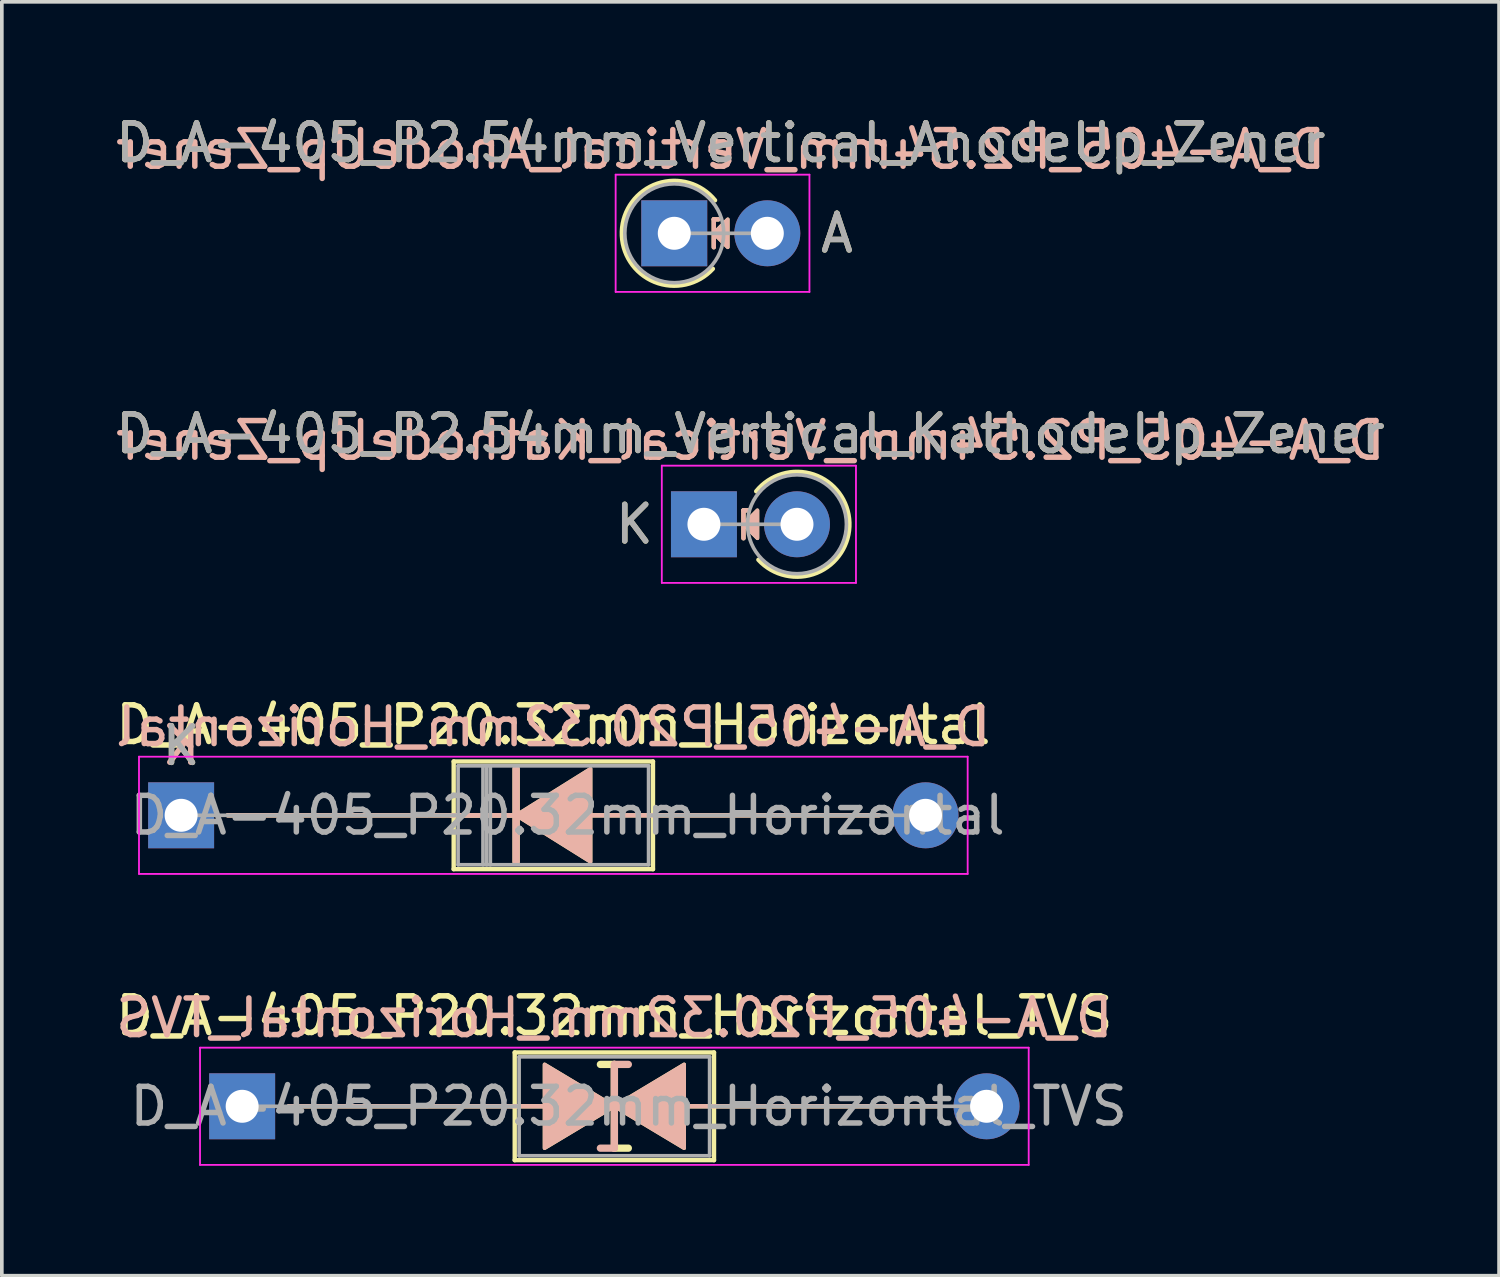
<source format=kicad_pcb>
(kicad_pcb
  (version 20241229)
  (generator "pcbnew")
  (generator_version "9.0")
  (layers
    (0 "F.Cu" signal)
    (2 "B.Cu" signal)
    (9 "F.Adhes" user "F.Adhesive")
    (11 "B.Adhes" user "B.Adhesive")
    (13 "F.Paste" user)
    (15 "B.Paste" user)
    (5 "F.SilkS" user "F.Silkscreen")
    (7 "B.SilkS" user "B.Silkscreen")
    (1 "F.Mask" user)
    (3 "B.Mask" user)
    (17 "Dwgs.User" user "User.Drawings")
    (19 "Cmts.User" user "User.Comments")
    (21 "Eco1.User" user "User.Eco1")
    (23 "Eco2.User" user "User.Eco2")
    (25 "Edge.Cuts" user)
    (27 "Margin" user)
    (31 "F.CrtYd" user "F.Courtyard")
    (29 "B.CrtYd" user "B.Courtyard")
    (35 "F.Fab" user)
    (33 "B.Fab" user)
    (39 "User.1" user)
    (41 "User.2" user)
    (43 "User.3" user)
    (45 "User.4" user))
  (footprint "D_A-405_P2.54mm_Vertical_AnodeUp_Zener"
    (layer "F.Cu")
    (at 15.355 3.318)
    (property "Reference" "D_A-405_P2.54mm_Vertical_AnodeUp_Zener" (at 1.27 -2.47 0) (layer "F.SilkS") (effects (font (size 1 1) (thickness 0.15))))
    (fp_line (start 1.079 -0.381) (end 1.079 0.381) (stroke (width 0.12) (type solid)) (layer "F.SilkS"))
    (fp_line (start 1.079 -0.381) (end 1.206 -0.381) (stroke (width 0.12) (type solid)) (layer "F.SilkS"))
    (fp_arc (start 1.05385 0.968866) (mid -1.430816 -0.045469) (end 1.113239 -0.9) (stroke (width 0.12) (type solid)) (layer "F.SilkS"))
    (fp_poly (pts (xy 1.46 0.381) (xy 1.079 0) (xy 1.46 -0.381)) (stroke (width 0.1) (type solid)) (fill yes) (layer "F.SilkS"))
    (fp_line (start 1.079 -0.381) (end 1.206 -0.381) (stroke (width 0.12) (type solid)) (layer "B.SilkS"))
    (fp_line (start 1.079 0.381) (end 1.079 -0.381) (stroke (width 0.12) (type solid)) (layer "B.SilkS"))
    (fp_poly (pts (xy 1.46 -0.381) (xy 1.079 0) (xy 1.46 0.381)) (stroke (width 0.1) (type solid)) (fill yes) (layer "B.SilkS"))
    (fp_line (start -1.6 -1.6) (end -1.6 1.6) (stroke (width 0.05) (type solid)) (layer "F.CrtYd"))
    (fp_line (start -1.6 1.6) (end 3.69 1.6) (stroke (width 0.05) (type solid)) (layer "F.CrtYd"))
    (fp_line (start 3.69 -1.6) (end -1.6 -1.6) (stroke (width 0.05) (type solid)) (layer "F.CrtYd"))
    (fp_line (start 3.69 1.6) (end 3.69 -1.6) (stroke (width 0.05) (type solid)) (layer "F.CrtYd"))
    (fp_line (start 0 0) (end 2.54 0) (stroke (width 0.1) (type solid)) (layer "F.Fab"))
    (fp_circle (center 0 0) (end 1.35 0) (stroke (width 0.1) (type solid)) (fill no) (layer "F.Fab"))
    (fp_text user "A" (at 4.44 0 0) (layer "F.SilkS") (effects (font (size 1 1) (thickness 0.15))))
    (fp_text user "${REFERENCE}" (at 1.27 -2.286 0) (layer "B.SilkS") (effects (font (size 1 1) (thickness 0.15)) (justify mirror)))
    (fp_text user "${REFERENCE}" (at 1.27 -2.47 0) (layer "F.Fab") (effects (font (size 1 1) (thickness 0.15))))
    (fp_text user "A" (at 4.44 0 0) (layer "F.Fab") (effects (font (size 1 1) (thickness 0.15))))
    (pad "1" thru_hole rect (at 0 0) (size 1.8 1.8) (drill 0.9) (layers "*.Cu" "*.Mask"))
    (pad "2" thru_hole oval (at 2.54 0) (size 1.8 1.8) (drill 0.9) (layers "*.Cu" "*.Mask")))
  (footprint "D_A-405_P20.32mm_Horizontal"
    (layer "F.Cu")
    (at 1.894 19.205)
    (property "Reference" "D_A-405_P20.32mm_Horizontal" (at 10.16 -2.47 0) (layer "F.SilkS") (effects (font (size 1 1) (thickness 0.15))))
    (fp_line (start 1.27 0) (end 7.44 0) (stroke (width 0.12) (type solid)) (layer "F.SilkS"))
    (fp_line (start 7.44 -1.47) (end 7.44 1.47) (stroke (width 0.12) (type solid)) (layer "F.SilkS"))
    (fp_line (start 7.44 1.47) (end 12.88 1.47) (stroke (width 0.12) (type solid)) (layer "F.SilkS"))
    (fp_line (start 7.61 0) (end 9.144 0) (stroke (width 0.12) (type solid)) (layer "F.SilkS"))
    (fp_line (start 9.01 0) (end 7.366 0) (stroke (width 0.12) (type solid)) (layer "F.SilkS"))
    (fp_line (start 9.144 -1.27) (end 9.144 1.27) (stroke (width 0.2) (type solid)) (layer "F.SilkS"))
    (fp_line (start 12.88 -1.47) (end 7.44 -1.47) (stroke (width 0.12) (type solid)) (layer "F.SilkS"))
    (fp_line (start 12.88 0) (end 11.239 0) (stroke (width 0.12) (type solid)) (layer "F.SilkS"))
    (fp_line (start 12.88 1.47) (end 12.88 -1.47) (stroke (width 0.12) (type solid)) (layer "F.SilkS"))
    (fp_line (start 19.05 0) (end 12.88 0) (stroke (width 0.12) (type solid)) (layer "F.SilkS"))
    (fp_poly (pts (xy 11.176 1.27) (xy 9.144 0) (xy 11.176 -1.27)) (stroke (width 0.1) (type solid)) (fill yes) (layer "F.SilkS"))
    (fp_line (start 1.27 0) (end 7.44 0) (stroke (width 0.12) (type solid)) (layer "B.SilkS"))
    (fp_line (start 7.61 0) (end 9.144 0) (stroke (width 0.12) (type solid)) (layer "B.SilkS"))
    (fp_line (start 9.01 0) (end 7.366 0) (stroke (width 0.12) (type solid)) (layer "B.SilkS"))
    (fp_line (start 9.144 1.27) (end 9.144 -1.27) (stroke (width 0.2) (type solid)) (layer "B.SilkS"))
    (fp_line (start 12.88 0) (end 11.239 0) (stroke (width 0.12) (type solid)) (layer "B.SilkS"))
    (fp_line (start 19.05 0) (end 12.88 0) (stroke (width 0.12) (type solid)) (layer "B.SilkS"))
    (fp_poly (pts (xy 11.176 -1.27) (xy 9.144 0) (xy 11.176 1.27)) (stroke (width 0.1) (type solid)) (fill yes) (layer "B.SilkS"))
    (fp_line (start -1.15 -1.6) (end -1.15 1.6) (stroke (width 0.05) (type solid)) (layer "F.CrtYd"))
    (fp_line (start -1.15 1.6) (end 21.47 1.6) (stroke (width 0.05) (type solid)) (layer "F.CrtYd"))
    (fp_line (start 21.47 -1.6) (end -1.15 -1.6) (stroke (width 0.05) (type solid)) (layer "F.CrtYd"))
    (fp_line (start 21.47 1.6) (end 21.47 -1.6) (stroke (width 0.05) (type solid)) (layer "F.CrtYd"))
    (fp_line (start 0 0) (end 7.56 0) (stroke (width 0.1) (type solid)) (layer "F.Fab"))
    (fp_line (start 7.56 -1.35) (end 7.56 1.35) (stroke (width 0.1) (type solid)) (layer "F.Fab"))
    (fp_line (start 7.56 1.35) (end 12.76 1.35) (stroke (width 0.1) (type solid)) (layer "F.Fab"))
    (fp_line (start 8.24 -1.35) (end 8.24 1.35) (stroke (width 0.1) (type solid)) (layer "F.Fab"))
    (fp_line (start 8.34 -1.35) (end 8.34 1.35) (stroke (width 0.1) (type solid)) (layer "F.Fab"))
    (fp_line (start 8.44 -1.35) (end 8.44 1.35) (stroke (width 0.1) (type solid)) (layer "F.Fab"))
    (fp_line (start 12.76 -1.35) (end 7.56 -1.35) (stroke (width 0.1) (type solid)) (layer "F.Fab"))
    (fp_line (start 12.76 1.35) (end 12.76 -1.35) (stroke (width 0.1) (type solid)) (layer "F.Fab"))
    (fp_line (start 20.32 0) (end 12.76 0) (stroke (width 0.1) (type solid)) (layer "F.Fab"))
    (fp_text user "K" (at 0 -1.9 0) (layer "F.SilkS") (effects (font (size 1 1) (thickness 0.15))))
    (fp_text user "K" (at 0 -1.905 0) (layer "B.SilkS") (effects (font (size 1 1) (thickness 0.15)) (justify mirror)))
    (fp_text user "${REFERENCE}" (at 10.16 -2.413 0) (layer "B.SilkS") (effects (font (size 1 1) (thickness 0.15)) (justify mirror)))
    (fp_text user "K" (at 0 -1.9 0) (layer "F.Fab") (effects (font (size 1 1) (thickness 0.15))))
    (fp_text user "${REFERENCE}" (at 10.55 0 0) (layer "F.Fab") (effects (font (size 1 1) (thickness 0.15))))
    (pad "1" thru_hole rect (at 0 0) (size 1.8 1.8) (drill 0.9) (layers "*.Cu" "*.Mask"))
    (pad "2" thru_hole oval (at 20.32 0) (size 1.8 1.8) (drill 0.9) (layers "*.Cu" "*.Mask")))
  (footprint "D_A-405_P2.54mm_Vertical_KathodeUp_Zener"
    (layer "F.Cu")
    (at 16.165 11.261)
    (property "Reference" "D_A-405_P2.54mm_Vertical_KathodeUp_Zener" (at 1.27 -2.47 0) (layer "F.SilkS") (effects (font (size 1 1) (thickness 0.15))))
    (fp_line (start 1.079 -0.381) (end 1.079 0.381) (stroke (width 0.12) (type solid)) (layer "F.SilkS"))
    (fp_line (start 1.079 -0.381) (end 1.206 -0.381) (stroke (width 0.12) (type solid)) (layer "F.SilkS"))
    (fp_arc (start 1.426761 -0.9) (mid 3.970816 -0.045469) (end 1.48615 0.968866) (stroke (width 0.12) (type solid)) (layer "F.SilkS"))
    (fp_poly (pts (xy 1.46 0.381) (xy 1.079 0) (xy 1.46 -0.381)) (stroke (width 0.1) (type solid)) (fill yes) (layer "F.SilkS"))
    (fp_line (start 1.079 -0.381) (end 1.206 -0.381) (stroke (width 0.12) (type solid)) (layer "B.SilkS"))
    (fp_line (start 1.079 0.381) (end 1.079 -0.381) (stroke (width 0.12) (type solid)) (layer "B.SilkS"))
    (fp_poly (pts (xy 1.46 -0.381) (xy 1.079 0) (xy 1.46 0.381)) (stroke (width 0.1) (type solid)) (fill yes) (layer "B.SilkS"))
    (fp_line (start -1.15 -1.6) (end -1.15 1.6) (stroke (width 0.05) (type solid)) (layer "F.CrtYd"))
    (fp_line (start -1.15 1.6) (end 4.15 1.6) (stroke (width 0.05) (type solid)) (layer "F.CrtYd"))
    (fp_line (start 4.15 -1.6) (end -1.15 -1.6) (stroke (width 0.05) (type solid)) (layer "F.CrtYd"))
    (fp_line (start 4.15 1.6) (end 4.15 -1.6) (stroke (width 0.05) (type solid)) (layer "F.CrtYd"))
    (fp_line (start 0 0) (end 2.54 0) (stroke (width 0.1) (type solid)) (layer "F.Fab"))
    (fp_circle (center 2.54 0) (end 3.89 0) (stroke (width 0.1) (type solid)) (fill no) (layer "F.Fab"))
    (fp_text user "K" (at -1.9 0 0) (layer "F.SilkS") (effects (font (size 1 1) (thickness 0.15))))
    (fp_text user "${REFERENCE}" (at 1.27 -2.286 0) (layer "B.SilkS") (effects (font (size 1 1) (thickness 0.15)) (justify mirror)))
    (fp_text user "K" (at -1.9 0 0) (layer "F.Fab") (effects (font (size 1 1) (thickness 0.15))))
    (fp_text user "${REFERENCE}" (at 1.27 -2.47 0) (layer "F.Fab") (effects (font (size 1 1) (thickness 0.15))))
    (pad "1" thru_hole rect (at 0 0) (size 1.8 1.8) (drill 0.9) (layers "*.Cu" "*.Mask"))
    (pad "2" thru_hole oval (at 2.54 0) (size 1.8 1.8) (drill 0.9) (layers "*.Cu" "*.Mask")))
  (footprint "D_A-405_P20.32mm_Horizontal_TVS"
    (layer "F.Cu")
    (at 3.56 27.148)
    (property "Reference" "D_A-405_P20.32mm_Horizontal_TVS" (at 10.16 -2.47 0) (layer "F.SilkS") (effects (font (size 1 1) (thickness 0.15))))
    (fp_line (start 1.27 0) (end 7.44 0) (stroke (width 0.12) (type solid)) (layer "F.SilkS"))
    (fp_line (start 7.44 -1.47) (end 7.44 1.47) (stroke (width 0.12) (type solid)) (layer "F.SilkS"))
    (fp_line (start 7.44 0) (end 8.255 0) (stroke (width 0.12) (type solid)) (layer "F.SilkS"))
    (fp_line (start 7.44 1.47) (end 12.88 1.47) (stroke (width 0.12) (type solid)) (layer "F.SilkS"))
    (fp_line (start 10.16 -1.143) (end 9.779 -1.143) (stroke (width 0.2) (type solid)) (layer "F.SilkS"))
    (fp_line (start 10.16 1.143) (end 10.16 -1.143) (stroke (width 0.2) (type solid)) (layer "F.SilkS"))
    (fp_line (start 10.541 1.143) (end 10.16 1.143) (stroke (width 0.2) (type solid)) (layer "F.SilkS"))
    (fp_line (start 12.88 -1.47) (end 7.44 -1.47) (stroke (width 0.12) (type solid)) (layer "F.SilkS"))
    (fp_line (start 12.88 0) (end 12.065 0) (stroke (width 0.12) (type solid)) (layer "F.SilkS"))
    (fp_line (start 12.88 1.47) (end 12.88 -1.47) (stroke (width 0.12) (type solid)) (layer "F.SilkS"))
    (fp_line (start 19.05 0) (end 12.88 0) (stroke (width 0.12) (type solid)) (layer "F.SilkS"))
    (fp_poly (pts (xy 10.16 0) (xy 8.255 1.143) (xy 8.255 -1.143)) (stroke (width 0.1) (type solid)) (fill yes) (layer "F.SilkS"))
    (fp_poly (pts (xy 10.16 0) (xy 12.065 -1.143) (xy 12.065 1.143)) (stroke (width 0.1) (type solid)) (fill yes) (layer "F.SilkS"))
    (fp_line (start 1.27 0) (end 7.44 0) (stroke (width 0.12) (type solid)) (layer "B.SilkS"))
    (fp_line (start 7.44 0) (end 8.255 0) (stroke (width 0.12) (type solid)) (layer "B.SilkS"))
    (fp_line (start 10.16 -1.143) (end 10.16 1.143) (stroke (width 0.2) (type solid)) (layer "B.SilkS"))
    (fp_line (start 10.16 1.143) (end 9.779 1.143) (stroke (width 0.2) (type solid)) (layer "B.SilkS"))
    (fp_line (start 10.541 -1.143) (end 10.16 -1.143) (stroke (width 0.2) (type solid)) (layer "B.SilkS"))
    (fp_line (start 12.88 0) (end 12.065 0) (stroke (width 0.12) (type solid)) (layer "B.SilkS"))
    (fp_line (start 19.05 0) (end 12.88 0) (stroke (width 0.12) (type solid)) (layer "B.SilkS"))
    (fp_poly (pts (xy 10.16 0) (xy 8.255 -1.143) (xy 8.255 1.143)) (stroke (width 0.1) (type solid)) (fill yes) (layer "B.SilkS"))
    (fp_poly (pts (xy 10.16 0) (xy 12.065 1.143) (xy 12.065 -1.143)) (stroke (width 0.1) (type solid)) (fill yes) (layer "B.SilkS"))
    (fp_line (start -1.15 -1.6) (end -1.15 1.6) (stroke (width 0.05) (type solid)) (layer "F.CrtYd"))
    (fp_line (start -1.15 1.6) (end 21.47 1.6) (stroke (width 0.05) (type solid)) (layer "F.CrtYd"))
    (fp_line (start 21.47 -1.6) (end -1.15 -1.6) (stroke (width 0.05) (type solid)) (layer "F.CrtYd"))
    (fp_line (start 21.47 1.6) (end 21.47 -1.6) (stroke (width 0.05) (type solid)) (layer "F.CrtYd"))
    (fp_line (start 0 0) (end 7.56 0) (stroke (width 0.1) (type solid)) (layer "F.Fab"))
    (fp_line (start 7.56 -1.35) (end 7.56 1.35) (stroke (width 0.1) (type solid)) (layer "F.Fab"))
    (fp_line (start 7.56 1.35) (end 12.76 1.35) (stroke (width 0.1) (type solid)) (layer "F.Fab"))
    (fp_line (start 12.76 -1.35) (end 7.56 -1.35) (stroke (width 0.1) (type solid)) (layer "F.Fab"))
    (fp_line (start 12.76 1.35) (end 12.76 -1.35) (stroke (width 0.1) (type solid)) (layer "F.Fab"))
    (fp_line (start 20.32 0) (end 12.76 0) (stroke (width 0.1) (type solid)) (layer "F.Fab"))
    (fp_text user "${REFERENCE}" (at 10.16 -2.413 0) (layer "B.SilkS") (effects (font (size 1 1) (thickness 0.15)) (justify mirror)))
    (fp_text user "${REFERENCE}" (at 10.55 0 0) (layer "F.Fab") (effects (font (size 1 1) (thickness 0.15))))
    (pad "1" thru_hole rect (at 0 0) (size 1.8 1.8) (drill 0.9) (layers "*.Cu" "*.Mask"))
    (pad "2" thru_hole oval (at 20.32 0) (size 1.8 1.8) (drill 0.9) (layers "*.Cu" "*.Mask")))
  (gr_rect
    (start -3 -3)
    (end 37.869 31.773)
    (stroke (width 0.1) (type default))
    (fill no)
    (layer "Edge.Cuts")))
</source>
